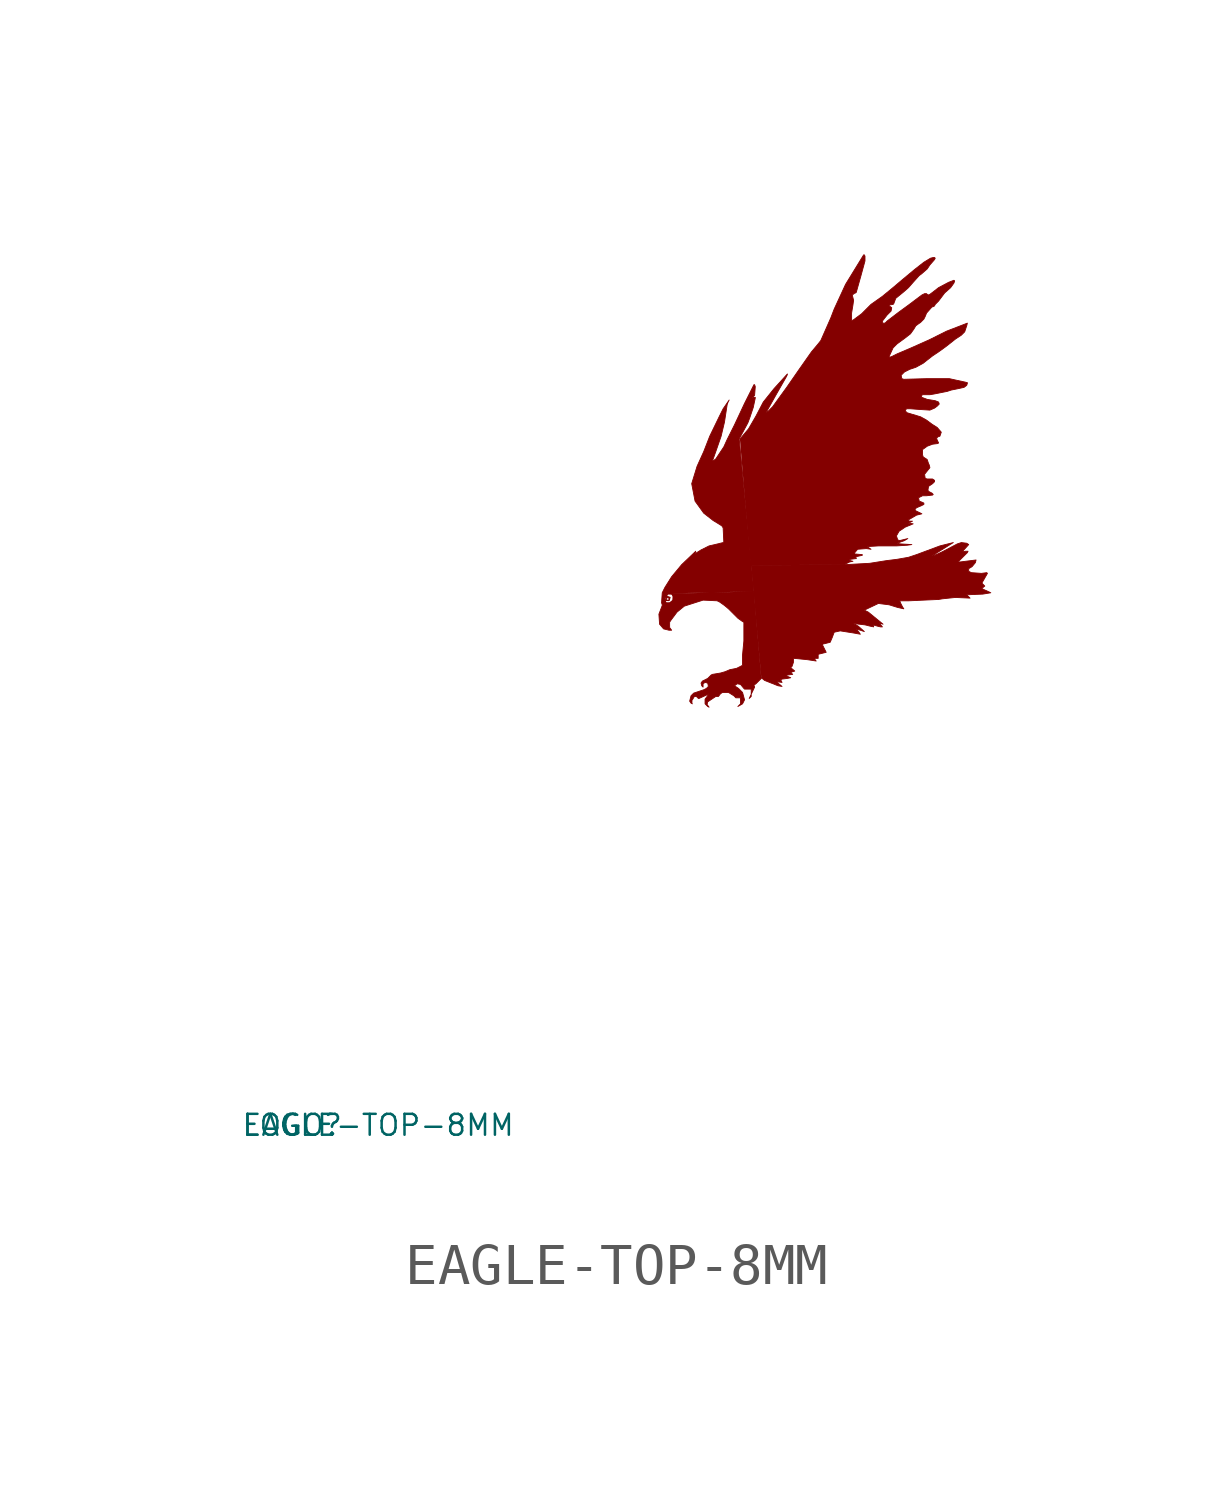
<source format=kicad_sym>
(kicad_symbol_lib
  (version 20220914)
  (generator Eagle2Kicad)
  (symbol "EAGLE-TOP-8MM"
    (property "Reference" "LOGO"
      (at -10 -10 0)
      (effects (font (size 0.5 0.5) (thickness 0.06)) (justify left)))
    (property "Value" "EAGLE-TOP-8MM"
      (at -10 -10 0)
      (effects (font (size 0.5 0.5) (thickness 0.06)) (justify left)))
    (polyline
      (pts (xy 0.818 0.096) (xy 0.786 0.112) (xy 0.753 0.16) (xy 0.786 0.289) (xy 0.85 0.353) (xy 0.994 0.401) (xy 1.09 0.433) (xy 1.154 0.465) (xy 1.202 0.513) (xy 1.186 0.593) (xy 1.122 0.609) (xy 1.074 0.577) (xy 1.074 0.497) (xy 1.042 0.529) (xy 1.026 0.593) (xy 1.058 0.641) (xy 1.122 0.673) (xy 1.186 0.705) (xy 1.218 0.737) (xy 1.267 0.786) (xy 1.299 0.802) (xy 1.491 0.834) (xy 1.603 0.866) (xy 1.715 0.914) (xy 1.796 0.93) (xy 1.876 0.946) (xy 2.004 1.01) (xy 2.02 1.026) (xy 2.02 1.267) (xy 2.052 1.603) (xy 2.052 2.052) (xy 2.02 2.068) (xy 1.908 2.148) (xy 1.796 2.26) (xy 1.683 2.373) (xy 1.587 2.453) (xy 1.475 2.533) (xy 1.411 2.565) (xy 1.074 2.581) (xy 0.625 2.437) (xy 0.449 2.293) (xy 0.305 2.1) (xy 0.273 2.052) (xy 0.273 1.924) (xy 0.321 1.86) (xy 0.257 1.86) (xy 0.128 1.892) (xy 0.032 2.004) (xy 0.016 2.244) (xy 0.096 2.453) (xy 0.096 2.469) (xy 0.08 2.517) (xy 0.096 2.757) (xy 0.16 2.886) (xy 0.321 3.142) (xy 0.561 3.431) (xy 0.898 3.752) (xy 0.882 3.703) (xy 0.898 3.703) (xy 1.026 3.784) (xy 1.218 3.88) (xy 1.555 3.96) (xy 1.571 3.976) (xy 1.555 4.313) (xy 1.523 4.361) (xy 1.315 4.489) (xy 1.09 4.665) (xy 0.882 4.954) (xy 0.802 5.371) (xy 0.93 5.787) (xy 1.09 6.14) (xy 1.234 6.509) (xy 1.459 6.974) (xy 1.555 7.166) (xy 1.699 7.375) (xy 1.667 7.311) (xy 1.651 7.263) (xy 1.587 6.846) (xy 1.507 6.509) (xy 1.379 6.14) (xy 1.299 5.916) (xy 1.315 5.916) (xy 1.379 5.964) (xy 1.571 6.253) (xy 1.651 6.429) (xy 1.828 6.782) (xy 2.068 7.295) (xy 2.293 7.743) (xy 2.309 7.743) (xy 2.325 7.695) (xy 2.309 7.487) (xy 2.26 7.439) (xy 2.26 7.423) (xy 2.293 7.439) (xy 2.325 7.439) (xy 2.325 7.423) (xy 2.277 7.198) (xy 2.196 6.958) (xy 2.148 6.83) (xy 2.036 6.621) (xy 1.94 6.445) (xy 2.293 2.79) (xy 0.225 2.741) (xy 0.16 2.645) (xy 0.16 2.565) (xy 0.176 2.517) (xy 0.208 2.501) (xy 0.273 2.501) (xy 0.353 2.565) (xy 0.353 2.709) (xy 0.321 2.741) (xy 0.561 2.741) (xy 2.293 2.789) (xy 2.469 0.705) (xy 2.341 0.577) (xy 2.293 0.545) (xy 2.309 0.497) (xy 2.18 0.225) (xy 2.228 0.273) (xy 2.228 0.449) (xy 2.068 0.449) (xy 2.052 0.465) (xy 1.972 0.561) (xy 1.892 0.577) (xy 1.828 0.529) (xy 1.924 0.465) (xy 2.02 0.369) (xy 2.068 0.192) (xy 2.02 0.096) (xy 1.908 0.032) (xy 1.972 0.096) (xy 1.972 0.24) (xy 1.86 0.24) (xy 1.812 0.289) (xy 1.683 0.369) (xy 1.539 0.369) (xy 1.491 0.337) (xy 1.443 0.273) (xy 1.379 0.273) (xy 1.234 0.176) (xy 1.186 0.144) (xy 1.17 0.08) (xy 1.218 0.016) (xy 1.186 0.032) (xy 1.122 0.096) (xy 1.122 0.208) (xy 1.218 0.337) (xy 1.154 0.305) (xy 0.978 0.225) (xy 0.962 0.225) (xy 0.914 0.273) (xy 0.866 0.273) (xy 0.818 0.192))
      (stroke (width 0.016) (type default))
      (fill (type outline)))
    (polyline
      (pts (xy 1.956 6.445) (xy 1.988 6.477) (xy 2.164 6.685) (xy 2.341 6.99) (xy 2.517 7.327) (xy 2.773 7.647) (xy 3.094 8) (xy 3.094 7.984) (xy 3.062 7.92) (xy 2.806 7.471) (xy 2.581 7.07) (xy 2.629 7.102) (xy 2.741 7.214) (xy 2.95 7.503) (xy 3.078 7.679) (xy 3.367 8.096) (xy 3.671 8.529) (xy 3.832 8.721) (xy 3.896 8.802) (xy 4.136 9.347) (xy 4.216 9.555) (xy 4.489 10.148) (xy 4.922 10.854) (xy 4.938 10.854) (xy 4.954 10.822) (xy 4.954 10.709) (xy 4.858 10.357) (xy 4.745 9.956) (xy 4.729 9.94) (xy 4.713 9.94) (xy 4.649 9.892) (xy 4.665 9.828) (xy 4.681 9.764) (xy 4.665 9.651) (xy 4.633 9.459) (xy 4.633 9.283) (xy 4.649 9.283) (xy 4.681 9.299) (xy 4.874 9.443) (xy 5.098 9.667) (xy 5.258 9.78) (xy 5.371 9.86) (xy 5.643 10.084) (xy 5.852 10.261) (xy 6.14 10.501) (xy 6.365 10.677) (xy 6.525 10.774) (xy 6.589 10.79) (xy 6.621 10.79) (xy 6.637 10.774) (xy 6.621 10.741) (xy 6.509 10.613) (xy 6.445 10.517) (xy 6.317 10.405) (xy 6.253 10.357) (xy 6.108 10.196) (xy 5.996 10.068) (xy 5.868 9.956) (xy 5.691 9.812) (xy 5.643 9.683) (xy 5.627 9.667) (xy 5.531 9.651) (xy 5.531 9.635) (xy 5.595 9.587) (xy 5.579 9.507) (xy 5.483 9.411) (xy 5.371 9.267) (xy 5.371 9.218) (xy 5.435 9.218) (xy 5.483 9.267) (xy 5.755 9.475) (xy 5.996 9.651) (xy 6.317 9.892) (xy 6.381 9.924) (xy 6.429 9.924) (xy 6.445 9.908) (xy 6.477 9.892) (xy 6.509 9.908) (xy 6.573 9.956) (xy 6.717 10.068) (xy 6.958 10.196) (xy 7.086 10.245) (xy 7.102 10.228) (xy 7.086 10.18) (xy 7.006 10.068) (xy 6.862 9.94) (xy 6.717 9.747) (xy 6.637 9.667) (xy 6.621 9.635) (xy 6.605 9.619) (xy 6.557 9.603) (xy 6.429 9.459) (xy 6.397 9.379) (xy 6.365 9.315) (xy 6.285 9.234) (xy 6.237 9.202) (xy 6.172 9.154) (xy 6.124 9.074) (xy 6.044 8.962) (xy 5.9 8.85) (xy 5.723 8.721) (xy 5.627 8.625) (xy 5.531 8.417) (xy 5.547 8.401) (xy 5.595 8.417) (xy 5.723 8.481) (xy 6.06 8.625) (xy 6.493 8.818) (xy 6.91 9.026) (xy 7.407 9.218) (xy 7.391 9.154) (xy 7.343 9.01) (xy 7.263 8.93) (xy 7.118 8.834) (xy 7.038 8.77) (xy 6.894 8.657) (xy 6.717 8.529) (xy 6.573 8.433) (xy 6.429 8.321) (xy 6.349 8.257) (xy 6.172 8.16) (xy 6.028 8.112) (xy 5.9 8.048) (xy 5.82 7.968) (xy 5.836 7.888) (xy 5.884 7.872) (xy 6.445 7.888) (xy 6.974 7.888) (xy 7.407 7.792) (xy 7.407 7.776) (xy 7.391 7.727) (xy 7.327 7.679) (xy 7.182 7.647) (xy 7.022 7.615) (xy 6.926 7.583) (xy 6.766 7.551) (xy 6.605 7.519) (xy 6.509 7.503) (xy 6.333 7.503) (xy 6.301 7.471) (xy 6.317 7.439) (xy 6.445 7.391) (xy 6.637 7.359) (xy 6.717 7.327) (xy 6.733 7.279) (xy 6.685 7.23) (xy 6.621 7.182) (xy 6.509 7.134) (xy 6.253 7.15) (xy 6.044 7.166) (xy 5.948 7.166) (xy 5.916 7.118) (xy 5.964 7.07) (xy 6.285 6.974) (xy 6.429 6.894) (xy 6.557 6.798) (xy 6.685 6.717) (xy 6.782 6.605) (xy 6.749 6.509) (xy 6.701 6.493) (xy 6.669 6.461) (xy 6.685 6.413) (xy 6.717 6.349) (xy 6.701 6.333) (xy 6.573 6.317) (xy 6.445 6.269) (xy 6.333 6.188) (xy 6.333 6.156) (xy 6.333 6.06) (xy 6.349 6.012) (xy 6.445 5.948) (xy 6.477 5.852) (xy 6.493 5.82) (xy 6.509 5.755) (xy 6.445 5.675) (xy 6.381 5.595) (xy 6.397 5.499) (xy 6.445 5.483) (xy 6.573 5.483) (xy 6.621 5.451) (xy 6.621 5.419) (xy 6.573 5.371) (xy 6.477 5.307) (xy 6.461 5.21) (xy 6.493 5.178) (xy 6.557 5.146) (xy 6.589 5.114) (xy 6.573 5.098) (xy 6.429 5.082) (xy 6.333 5.082) (xy 6.237 5.034) (xy 6.253 4.954) (xy 6.333 4.922) (xy 6.365 4.906) (xy 6.365 4.874) (xy 6.301 4.842) (xy 6.188 4.794) (xy 6.156 4.761) (xy 6.156 4.729) (xy 6.188 4.713) (xy 6.317 4.649) (xy 6.188 4.617) (xy 5.996 4.505) (xy 6.012 4.473) (xy 6.092 4.473) (xy 5.996 4.425) (xy 6.108 4.409) (xy 5.916 4.329) (xy 5.771 4.232) (xy 5.707 4.12) (xy 5.739 4.024) (xy 5.787 4.008) (xy 5.98 4.056) (xy 5.9 4.008) (xy 5.723 3.944) (xy 5.804 3.928) (xy 6.076 3.912) (xy 5.964 3.896) (xy 5.707 3.88) (xy 5.275 3.88) (xy 5.002 3.864) (xy 5.098 3.8) (xy 4.986 3.816) (xy 4.777 3.8) (xy 4.697 3.703) (xy 4.713 3.687) (xy 4.89 3.671) (xy 4.89 3.655) (xy 4.745 3.623) (xy 4.729 3.607) (xy 4.745 3.591) (xy 4.745 3.575) (xy 4.729 3.575) (xy 4.601 3.559) (xy 4.585 3.543) (xy 4.601 3.527) (xy 4.665 3.511) (xy 4.585 3.495) (xy 4.457 3.431) (xy 2.212 3.415))
      (stroke (width 0.016) (type default))
      (fill (type outline)))
    (polyline
      (pts (xy 2.228 3.415) (xy 4.473 3.431) (xy 5.066 3.463) (xy 5.467 3.527) (xy 5.723 3.559) (xy 5.996 3.607) (xy 6.188 3.671) (xy 6.749 3.88) (xy 7.07 3.96) (xy 6.557 3.639) (xy 6.589 3.639) (xy 6.798 3.735) (xy 7.166 3.928) (xy 7.263 3.96) (xy 7.391 3.944) (xy 7.439 3.912) (xy 7.279 3.735) (xy 7.359 3.752) (xy 7.423 3.752) (xy 7.407 3.719) (xy 7.198 3.511) (xy 7.198 3.495) (xy 7.23 3.495) (xy 7.615 3.543) (xy 7.599 3.479) (xy 7.519 3.383) (xy 7.439 3.335) (xy 7.439 3.271) (xy 7.503 3.239) (xy 7.743 3.222) (xy 7.872 3.239) (xy 7.888 3.222) (xy 7.76 2.998) (xy 7.76 2.982) (xy 7.824 2.918) (xy 7.743 2.854) (xy 7.76 2.854) (xy 7.968 2.757) (xy 7.776 2.725) (xy 7.391 2.709) (xy 7.471 2.629) (xy 7.118 2.645) (xy 6.814 2.613) (xy 6.717 2.597) (xy 6.012 2.565) (xy 5.787 2.565) (xy 5.804 2.517) (xy 5.852 2.421) (xy 5.884 2.373) (xy 5.739 2.405) (xy 5.531 2.469) (xy 5.275 2.501) (xy 4.938 2.341) (xy 5.034 2.293) (xy 5.387 2.004) (xy 5.291 2.036) (xy 5.371 1.94) (xy 5.323 1.94) (xy 5.258 1.956) (xy 5.146 1.988) (xy 5.162 1.94) (xy 5.082 1.956) (xy 4.954 1.988) (xy 4.681 2.02) (xy 4.794 1.956) (xy 4.938 1.828) (xy 4.745 1.892) (xy 4.81 1.812) (xy 4.842 1.764) (xy 4.665 1.796) (xy 4.361 1.844) (xy 4.216 1.812) (xy 4.168 1.683) (xy 4.12 1.571) (xy 3.928 1.523) (xy 4.024 1.331) (xy 3.832 1.283) (xy 3.832 1.186) (xy 3.735 1.186) (xy 3.784 1.122) (xy 3.575 1.154) (xy 3.255 1.186) (xy 3.239 1.17) (xy 3.239 1.122) (xy 3.239 1.09) (xy 3.206 0.994) (xy 3.174 0.962) (xy 3.271 0.882) (xy 3.174 0.85) (xy 3.222 0.802) (xy 3.094 0.786) (xy 3.062 0.769) (xy 3.174 0.721) (xy 3.094 0.705) (xy 2.966 0.689) (xy 2.934 0.673) (xy 2.966 0.609) (xy 2.854 0.625) (xy 2.87 0.593) (xy 2.966 0.513) (xy 2.87 0.529) (xy 2.549 0.657) (xy 2.469 0.721))
      (stroke (width 0.016) (type default))
      (fill (type outline)))
    (polyline
      (pts (xy 0.16 2.645) (xy 0.176 2.677) (xy 0.208 2.725) (xy 0.289 2.757) (xy 0.369 2.709) (xy 0.385 2.581) (xy 0.305 2.501) (xy 0.176 2.501) (xy 0.144 2.533) (xy 0.144 2.613) (xy 0.176 2.613) (xy 0.176 2.581) (xy 0.176 2.533) (xy 0.192 2.517) (xy 0.273 2.517) (xy 0.353 2.581) (xy 0.369 2.661) (xy 0.321 2.725) (xy 0.225 2.725) (xy 0.205 2.692) (xy 0.228 2.664) (xy 0.25 2.662) (xy 0.286 2.646) (xy 0.262 2.567) (xy 0.209 2.57) (xy 0.176 2.565) (xy 0.194 2.599) (xy 0.208 2.581) (xy 0.257 2.581) (xy 0.257 2.629) (xy 0.225 2.645) (xy 0.191 2.613) (xy 0.192 2.597))
      (stroke (width 0.016) (type default))
      (fill (type outline)))))
</source>
